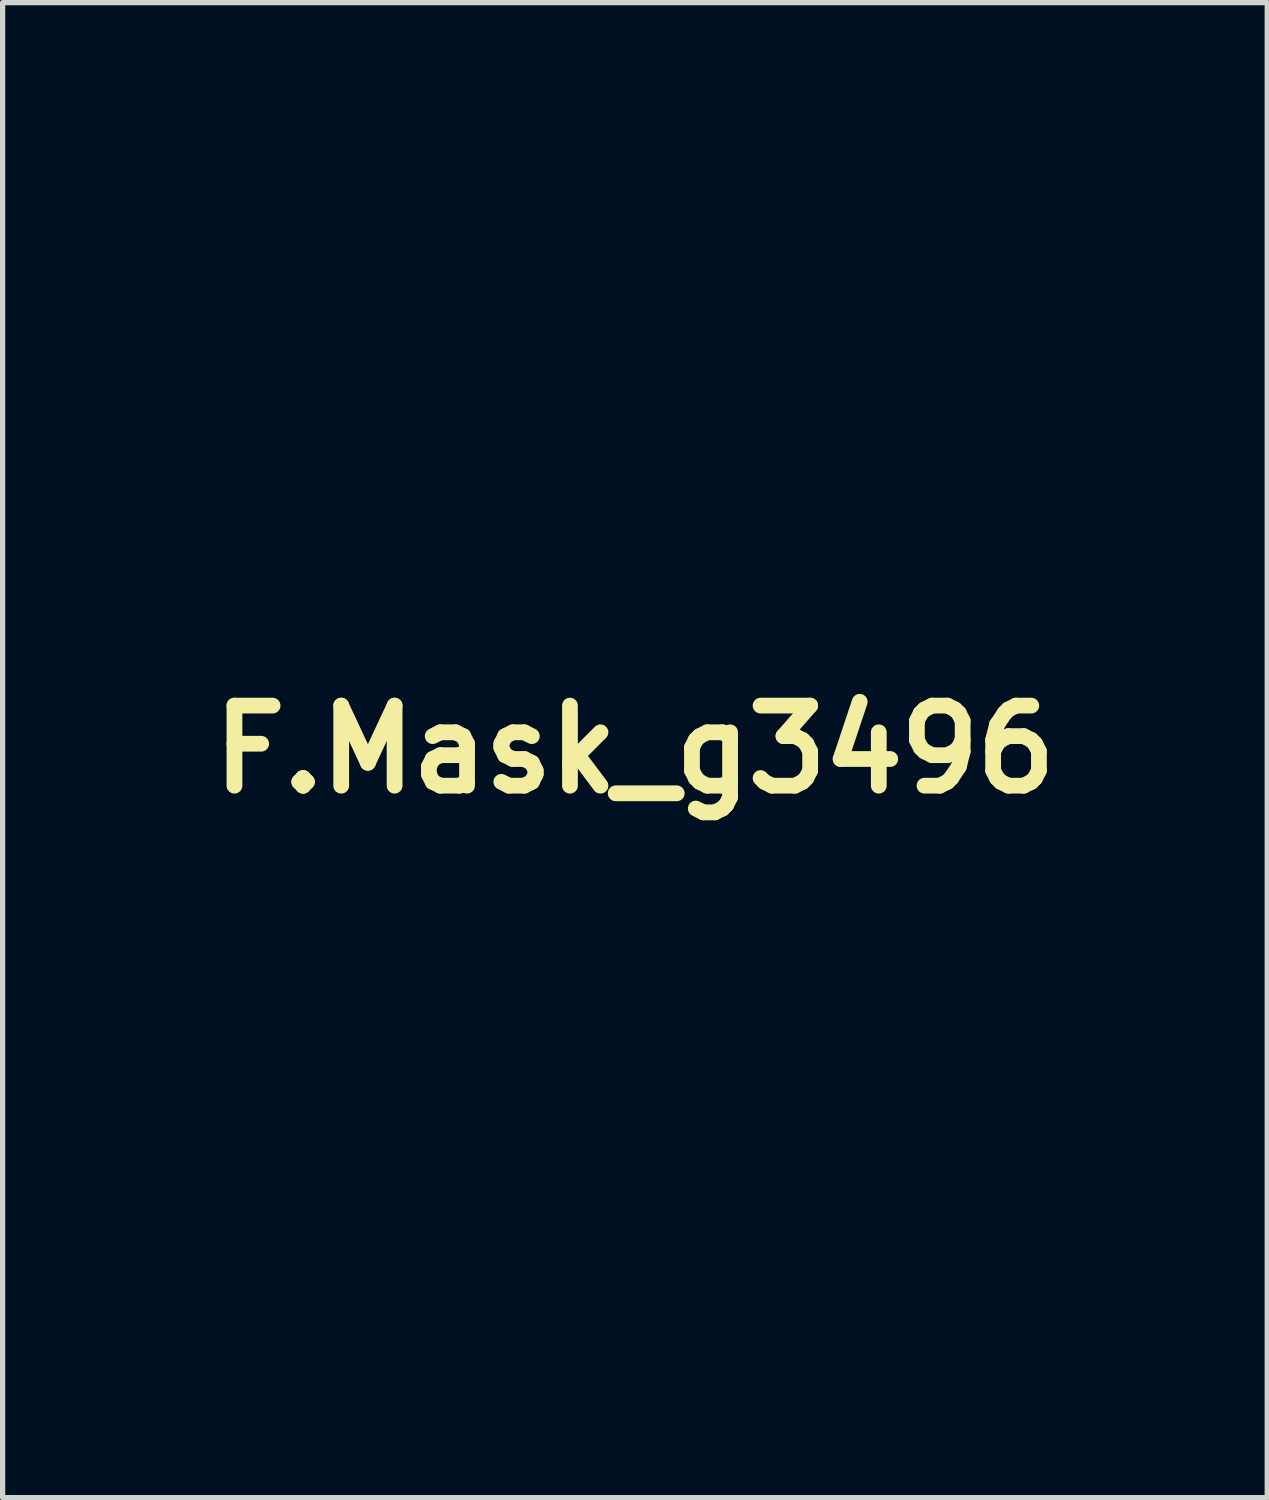
<source format=kicad_pcb>
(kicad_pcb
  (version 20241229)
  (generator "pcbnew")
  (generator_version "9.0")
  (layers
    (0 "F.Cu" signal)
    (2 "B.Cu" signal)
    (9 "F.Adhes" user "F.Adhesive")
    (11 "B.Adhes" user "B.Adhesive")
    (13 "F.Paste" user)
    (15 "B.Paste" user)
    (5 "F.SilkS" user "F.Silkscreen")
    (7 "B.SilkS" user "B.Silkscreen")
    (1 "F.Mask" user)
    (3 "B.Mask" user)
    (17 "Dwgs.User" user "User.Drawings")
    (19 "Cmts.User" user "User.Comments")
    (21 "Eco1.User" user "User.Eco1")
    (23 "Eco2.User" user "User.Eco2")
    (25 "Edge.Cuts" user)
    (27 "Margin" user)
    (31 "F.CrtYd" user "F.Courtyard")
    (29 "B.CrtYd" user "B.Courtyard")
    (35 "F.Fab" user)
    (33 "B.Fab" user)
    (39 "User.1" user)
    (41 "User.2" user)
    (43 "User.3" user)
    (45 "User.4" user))
  (footprint "F.Mask_g3496"
    (layer "F.Cu")
    (at 9.033 11.216)
    (property "Reference" "F.Mask_g3496" (at 0 0 0) (layer "F.SilkS") (effects (font (size 1.524 1.524) (thickness 0.3))))
    (attr through_hole)
    (fp_poly (pts (xy -0.189 5.918) (xy -0.039 5.949) (xy 0.123 6.003) (xy 0.305 6.08) (xy 0.38 6.115) (xy 0.833 6.308) (xy 1.315 6.472) (xy 1.824 6.606) (xy 2.357 6.71) (xy 2.914 6.782) (xy 3.334 6.816) (xy 3.58 6.831) (xy 3.789 6.848) (xy 3.967 6.868) (xy 4.12 6.89) (xy 4.254 6.916) (xy 4.373 6.946) (xy 4.484 6.982) (xy 4.515 6.993) (xy 4.716 7.088) (xy 4.886 7.209) (xy 5.022 7.356) (xy 5.124 7.525) (xy 5.183 7.652) (xy 4.672 8.181) (xy 4.458 8.402) (xy 4.245 8.62) (xy 4.037 8.831) (xy 3.837 9.033) (xy 3.647 9.224) (xy 3.469 9.4) (xy 3.308 9.559) (xy 3.164 9.698) (xy 3.042 9.815) (xy 2.943 9.907) (xy 2.87 9.971) (xy 2.868 9.973) (xy 2.588 10.197) (xy 2.322 10.391) (xy 2.06 10.56) (xy 1.794 10.71) (xy 1.645 10.786) (xy 1.25 10.955) (xy 0.84 11.085) (xy 0.42 11.176) (xy -0.008 11.226) (xy -0.439 11.236) (xy -0.756 11.217) (xy -1.174 11.155) (xy -1.587 11.053) (xy -1.99 10.913) (xy -2.381 10.736) (xy -2.757 10.523) (xy -3.115 10.278) (xy -3.452 10.001) (xy -3.767 9.694) (xy -4.055 9.36) (xy -4.314 8.999) (xy -4.354 8.936) (xy -4.447 8.779) (xy -4.546 8.597) (xy -4.643 8.405) (xy -4.731 8.216) (xy -4.791 8.074) (xy -4.828 7.976) (xy -4.866 7.864) (xy -4.904 7.745) (xy -4.94 7.627) (xy -4.97 7.518) (xy -4.994 7.425) (xy -5.008 7.356) (xy -5.01 7.318) (xy -5.01 7.316) (xy -4.984 7.295) (xy -4.931 7.278) (xy -4.902 7.272) (xy -4.835 7.26) (xy -4.733 7.237) (xy -4.602 7.207) (xy -4.449 7.17) (xy -4.279 7.127) (xy -4.099 7.081) (xy -3.914 7.033) (xy -3.731 6.985) (xy -3.556 6.937) (xy -3.395 6.893) (xy -3.323 6.872) (xy -3.051 6.792) (xy -2.813 6.72) (xy -2.601 6.651) (xy -2.406 6.584) (xy -2.22 6.516) (xy -2.037 6.443) (xy -1.847 6.363) (xy -1.746 6.319) (xy -1.509 6.217) (xy -1.305 6.133) (xy -1.126 6.066) (xy -0.97 6.013) (xy -0.83 5.973) (xy -0.701 5.944) (xy -0.664 5.937) (xy -0.492 5.913) (xy -0.337 5.906) (xy -0.189 5.918)) (stroke (width 0.01) (type solid)) (fill yes) (layer "F.Mask"))
    (fp_poly (pts (xy -6.168 -2.547) (xy -6.051 -2.397) (xy -5.918 -2.256) (xy -5.765 -2.119) (xy -5.587 -1.983) (xy -5.381 -1.847) (xy -5.142 -1.705) (xy -4.867 -1.556) (xy -4.837 -1.541) (xy -4.687 -1.462) (xy -4.552 -1.389) (xy -4.428 -1.318) (xy -4.309 -1.246) (xy -4.19 -1.169) (xy -4.067 -1.084) (xy -3.933 -0.987) (xy -3.785 -0.876) (xy -3.618 -0.747) (xy -3.426 -0.595) (xy -3.302 -0.497) (xy -3.076 -0.31) (xy -2.87 -0.121) (xy -2.664 0.087) (xy -2.646 0.106) (xy -2.537 0.221) (xy -2.407 0.356) (xy -2.267 0.501) (xy -2.127 0.645) (xy -1.995 0.779) (xy -1.961 0.814) (xy -1.799 0.981) (xy -1.665 1.127) (xy -1.556 1.256) (xy -1.467 1.374) (xy -1.393 1.487) (xy -1.332 1.6) (xy -1.289 1.694) (xy -1.192 1.958) (xy -1.127 2.225) (xy -1.093 2.504) (xy -1.087 2.803) (xy -1.097 2.989) (xy -1.107 3.126) (xy -1.114 3.27) (xy -1.12 3.405) (xy -1.122 3.518) (xy -1.122 3.535) (xy -1.128 3.796) (xy -1.146 4.035) (xy -1.175 4.248) (xy -1.215 4.43) (xy -1.264 4.576) (xy -1.283 4.619) (xy -1.341 4.721) (xy -1.404 4.802) (xy -1.478 4.867) (xy -1.57 4.919) (xy -1.686 4.961) (xy -1.833 4.996) (xy -2.003 5.027) (xy -2.185 5.059) (xy -2.353 5.091) (xy -2.516 5.125) (xy -2.68 5.164) (xy -2.851 5.209) (xy -3.037 5.262) (xy -3.245 5.325) (xy -3.481 5.399) (xy -3.644 5.451) (xy -3.846 5.515) (xy -4.022 5.568) (xy -4.18 5.611) (xy -4.327 5.646) (xy -4.47 5.672) (xy -4.617 5.692) (xy -4.775 5.706) (xy -4.95 5.715) (xy -5.151 5.721) (xy -5.384 5.725) (xy -5.482 5.726) (xy -5.667 5.727) (xy -5.851 5.727) (xy -6.028 5.726) (xy -6.189 5.723) (xy -6.326 5.72) (xy -6.432 5.716) (xy -6.466 5.715) (xy -6.845 5.674) (xy -7.194 5.603) (xy -7.517 5.501) (xy -7.814 5.368) (xy -8.086 5.202) (xy -8.335 5.004) (xy -8.361 4.981) (xy -8.467 4.874) (xy -8.558 4.763) (xy -8.636 4.643) (xy -8.701 4.508) (xy -8.757 4.356) (xy -8.804 4.18) (xy -8.844 3.975) (xy -8.879 3.738) (xy -8.911 3.471) (xy -8.928 3.318) (xy -8.947 3.155) (xy -8.968 2.996) (xy -8.987 2.856) (xy -8.999 2.773) (xy -9.028 2.495) (xy -9.028 2.205) (xy -9 1.901) (xy -8.942 1.578) (xy -8.854 1.232) (xy -8.753 0.913) (xy -8.638 0.593) (xy -8.518 0.299) (xy -8.387 0.02) (xy -8.243 -0.249) (xy -8.08 -0.516) (xy -7.894 -0.79) (xy -7.681 -1.079) (xy -7.557 -1.238) (xy -7.476 -1.342) (xy -7.382 -1.467) (xy -7.284 -1.599) (xy -7.191 -1.726) (xy -7.163 -1.765) (xy -6.978 -2.014) (xy -6.806 -2.225) (xy -6.646 -2.398) (xy -6.497 -2.534) (xy -6.358 -2.636) (xy -6.333 -2.651) (xy -6.269 -2.688) (xy -6.168 -2.547)) (stroke (width 0.01) (type solid)) (fill yes) (layer "F.Mask"))
    (fp_poly (pts (xy -0.881 -11.177) (xy -0.563 -11.107) (xy -0.252 -10.999) (xy -0.077 -10.92) (xy 0.033 -10.863) (xy 0.135 -10.805) (xy 0.233 -10.742) (xy 0.329 -10.672) (xy 0.429 -10.591) (xy 0.535 -10.496) (xy 0.65 -10.383) (xy 0.778 -10.251) (xy 0.922 -10.095) (xy 1.086 -9.913) (xy 1.274 -9.702) (xy 1.281 -9.694) (xy 1.508 -9.439) (xy 1.713 -9.215) (xy 1.899 -9.019) (xy 2.07 -8.849) (xy 2.228 -8.702) (xy 2.376 -8.575) (xy 2.518 -8.465) (xy 2.656 -8.37) (xy 2.794 -8.287) (xy 2.932 -8.213) (xy 3.199 -8.1) (xy 3.475 -8.021) (xy 3.752 -7.977) (xy 4.022 -7.971) (xy 4.102 -7.976) (xy 4.278 -7.992) (xy 4.483 -7.826) (xy 4.586 -7.742) (xy 4.705 -7.646) (xy 4.825 -7.549) (xy 4.911 -7.48) (xy 5.056 -7.37) (xy 5.204 -7.274) (xy 5.346 -7.195) (xy 5.474 -7.137) (xy 5.583 -7.105) (xy 5.603 -7.102) (xy 5.678 -7.085) (xy 5.768 -7.056) (xy 5.831 -7.029) (xy 5.91 -6.994) (xy 5.986 -6.966) (xy 6.032 -6.952) (xy 6.077 -6.934) (xy 6.147 -6.895) (xy 6.236 -6.84) (xy 6.335 -6.773) (xy 6.367 -6.75) (xy 6.537 -6.633) (xy 6.684 -6.542) (xy 6.815 -6.473) (xy 6.939 -6.424) (xy 7.062 -6.389) (xy 7.112 -6.379) (xy 7.188 -6.364) (xy 7.295 -6.341) (xy 7.425 -6.311) (xy 7.568 -6.277) (xy 7.714 -6.242) (xy 7.747 -6.234) (xy 7.916 -6.192) (xy 8.051 -6.16) (xy 8.158 -6.135) (xy 8.244 -6.117) (xy 8.315 -6.105) (xy 8.378 -6.098) (xy 8.44 -6.094) (xy 8.506 -6.093) (xy 8.584 -6.093) (xy 8.588 -6.093) (xy 8.678 -6.092) (xy 8.75 -6.091) (xy 8.795 -6.089) (xy 8.805 -6.086) (xy 8.797 -6.066) (xy 8.772 -6.013) (xy 8.735 -5.932) (xy 8.687 -5.83) (xy 8.631 -5.71) (xy 8.591 -5.627) (xy 8.452 -5.327) (xy 8.332 -5.057) (xy 8.231 -4.814) (xy 8.147 -4.593) (xy 8.078 -4.387) (xy 8.023 -4.194) (xy 7.98 -4.007) (xy 7.947 -3.821) (xy 7.924 -3.632) (xy 7.915 -3.535) (xy 7.89 -3.27) (xy 7.856 -2.966) (xy 7.813 -2.626) (xy 7.762 -2.253) (xy 7.754 -2.201) (xy 7.734 -2.052) (xy 7.719 -1.921) (xy 7.708 -1.797) (xy 7.701 -1.667) (xy 7.698 -1.52) (xy 7.696 -1.343) (xy 7.696 -1.333) (xy 7.697 -1.139) (xy 7.702 -0.977) (xy 7.713 -0.84) (xy 7.732 -0.717) (xy 7.76 -0.601) (xy 7.801 -0.481) (xy 7.855 -0.349) (xy 7.924 -0.196) (xy 7.941 -0.161) (xy 8.052 0.088) (xy 8.149 0.335) (xy 8.232 0.585) (xy 8.304 0.843) (xy 8.365 1.115) (xy 8.415 1.405) (xy 8.457 1.719) (xy 8.491 2.063) (xy 8.518 2.44) (xy 8.53 2.635) (xy 8.537 2.773) (xy 8.546 2.892) (xy 8.558 2.999) (xy 8.574 3.101) (xy 8.595 3.204) (xy 8.623 3.316) (xy 8.66 3.443) (xy 8.707 3.593) (xy 8.765 3.771) (xy 8.803 3.884) (xy 8.852 4.036) (xy 8.899 4.185) (xy 8.94 4.324) (xy 8.973 4.445) (xy 8.997 4.539) (xy 9.005 4.58) (xy 9.034 4.818) (xy 9.03 5.035) (xy 8.994 5.239) (xy 8.925 5.439) (xy 8.892 5.511) (xy 8.768 5.723) (xy 8.619 5.9) (xy 8.445 6.044) (xy 8.246 6.152) (xy 8.069 6.215) (xy 7.983 6.232) (xy 7.866 6.244) (xy 7.73 6.253) (xy 7.587 6.257) (xy 7.448 6.255) (xy 7.325 6.249) (xy 7.271 6.243) (xy 7.201 6.233) (xy 7.099 6.218) (xy 6.976 6.199) (xy 6.842 6.178) (xy 6.731 6.161) (xy 6.569 6.135) (xy 6.438 6.115) (xy 6.327 6.1) (xy 6.226 6.088) (xy 6.123 6.077) (xy 6.007 6.068) (xy 5.869 6.058) (xy 5.79 6.053) (xy 5.658 6.043) (xy 5.534 6.032) (xy 5.414 6.019) (xy 5.29 6.003) (xy 5.156 5.982) (xy 5.008 5.956) (xy 4.838 5.924) (xy 4.641 5.885) (xy 4.41 5.837) (xy 4.327 5.82) (xy 4.097 5.772) (xy 3.903 5.733) (xy 3.737 5.7) (xy 3.592 5.672) (xy 3.463 5.65) (xy 3.342 5.63) (xy 3.224 5.613) (xy 3.101 5.598) (xy 2.967 5.583) (xy 2.826 5.567) (xy 2.652 5.548) (xy 2.486 5.528) (xy 2.321 5.505) (xy 2.154 5.48) (xy 1.98 5.451) (xy 1.792 5.418) (xy 1.587 5.378) (xy 1.358 5.333) (xy 1.102 5.28) (xy 0.813 5.219) (xy 0.603 5.174) (xy 0.443 5.139) (xy 0.293 5.107) (xy 0.161 5.078) (xy 0.05 5.055) (xy -0.032 5.037) (xy -0.08 5.027) (xy -0.088 5.025) (xy -0.114 5.017) (xy -0.133 5.001) (xy -0.15 4.968) (xy -0.168 4.911) (xy -0.19 4.823) (xy -0.198 4.788) (xy -0.234 4.629) (xy -0.266 4.467) (xy -0.297 4.296) (xy -0.326 4.112) (xy -0.355 3.908) (xy -0.383 3.679) (xy -0.413 3.421) (xy -0.444 3.127) (xy -0.455 3.027) (xy -0.472 2.862) (xy -0.49 2.691) (xy -0.508 2.526) (xy -0.524 2.377) (xy -0.538 2.255) (xy -0.542 2.217) (xy -0.556 2.088) (xy -0.564 1.992) (xy -0.565 1.916) (xy -0.56 1.852) (xy -0.551 1.793) (xy -0.519 1.67) (xy -0.471 1.551) (xy -0.404 1.432) (xy -0.314 1.309) (xy -0.198 1.177) (xy -0.053 1.031) (xy 0.124 0.868) (xy 0.141 0.854) (xy 0.296 0.715) (xy 0.424 0.597) (xy 0.529 0.497) (xy 0.616 0.407) (xy 0.691 0.323) (xy 0.759 0.241) (xy 0.814 0.169) (xy 0.883 0.081) (xy 0.96 -0.003) (xy 1.049 -0.088) (xy 1.155 -0.178) (xy 1.282 -0.276) (xy 1.435 -0.385) (xy 1.618 -0.511) (xy 1.695 -0.562) (xy 1.89 -0.694) (xy 2.054 -0.811) (xy 2.192 -0.917) (xy 2.308 -1.016) (xy 2.409 -1.113) (xy 2.499 -1.212) (xy 2.585 -1.319) (xy 2.603 -1.344) (xy 2.663 -1.422) (xy 2.723 -1.493) (xy 2.787 -1.561) (xy 2.86 -1.63) (xy 2.949 -1.706) (xy 3.058 -1.792) (xy 3.192 -1.895) (xy 3.323 -1.993) (xy 3.434 -2.077) (xy 3.541 -2.161) (xy 3.635 -2.239) (xy 3.71 -2.304) (xy 3.753 -2.347) (xy 3.857 -2.481) (xy 3.927 -2.622) (xy 3.96 -2.761) (xy 3.963 -2.802) (xy 3.959 -2.869) (xy 3.948 -2.942) (xy 3.934 -3.007) (xy 3.918 -3.054) (xy 3.904 -3.069) (xy 3.883 -3.06) (xy 3.835 -3.035) (xy 3.77 -3) (xy 3.763 -2.997) (xy 3.704 -2.967) (xy 3.614 -2.925) (xy 3.501 -2.873) (xy 3.371 -2.816) (xy 3.234 -2.756) (xy 3.175 -2.731) (xy 2.959 -2.637) (xy 2.77 -2.551) (xy 2.603 -2.467) (xy 2.453 -2.383) (xy 2.316 -2.296) (xy 2.188 -2.2) (xy 2.063 -2.093) (xy 1.937 -1.97) (xy 1.807 -1.829) (xy 1.666 -1.665) (xy 1.512 -1.475) (xy 1.338 -1.255) (xy 1.292 -1.196) (xy 1.107 -0.961) (xy 0.917 -0.723) (xy 0.723 -0.486) (xy 0.531 -0.254) (xy 0.342 -0.031) (xy 0.162 0.179) (xy -0.007 0.371) (xy -0.162 0.542) (xy -0.298 0.688) (xy -0.413 0.804) (xy -0.419 0.81) (xy -0.535 0.914) (xy -0.644 0.991) (xy -0.746 1.038) (xy -0.846 1.055) (xy -0.948 1.041) (xy -1.053 0.995) (xy -1.165 0.915) (xy -1.288 0.802) (xy -1.424 0.653) (xy -1.577 0.469) (xy -1.599 0.442) (xy -1.693 0.326) (xy -1.801 0.199) (xy -1.911 0.074) (xy -2.01 -0.033) (xy -2.02 -0.044) (xy -2.092 -0.122) (xy -2.184 -0.227) (xy -2.29 -0.35) (xy -2.403 -0.485) (xy -2.517 -0.624) (xy -2.613 -0.742) (xy -2.842 -1.021) (xy -3.065 -1.275) (xy -3.289 -1.511) (xy -3.519 -1.733) (xy -3.761 -1.947) (xy -4.021 -2.157) (xy -4.305 -2.369) (xy -4.617 -2.588) (xy -4.874 -2.76) (xy -5.121 -2.928) (xy -5.331 -3.083) (xy -5.507 -3.228) (xy -5.652 -3.365) (xy -5.767 -3.497) (xy -5.855 -3.628) (xy -5.919 -3.759) (xy -5.961 -3.894) (xy -5.972 -3.952) (xy -5.983 -4.065) (xy -5.976 -4.179) (xy -5.947 -4.302) (xy -5.896 -4.444) (xy -5.833 -4.585) (xy -5.754 -4.742) (xy -5.669 -4.891) (xy -5.573 -5.039) (xy -5.462 -5.191) (xy -5.332 -5.353) (xy -5.179 -5.529) (xy -4.999 -5.727) (xy -4.97 -5.758) (xy -4.854 -5.88) (xy -4.739 -5.995) (xy -4.621 -6.108) (xy -4.493 -6.224) (xy -4.351 -6.347) (xy -4.188 -6.484) (xy -3.999 -6.637) (xy -3.897 -6.72) (xy -3.776 -6.819) (xy -3.656 -6.92) (xy -3.543 -7.02) (xy -3.442 -7.113) (xy -3.357 -7.194) (xy -3.295 -7.26) (xy -3.259 -7.304) (xy -3.256 -7.309) (xy -3.247 -7.33) (xy -3.253 -7.342) (xy -3.282 -7.344) (xy -3.342 -7.34) (xy -3.383 -7.336) (xy -3.544 -7.313) (xy -3.706 -7.273) (xy -3.872 -7.214) (xy -4.045 -7.136) (xy -4.23 -7.035) (xy -4.429 -6.911) (xy -4.646 -6.76) (xy -4.886 -6.582) (xy -5.107 -6.408) (xy -5.206 -6.33) (xy -5.293 -6.263) (xy -5.363 -6.211) (xy -5.412 -6.178) (xy -5.433 -6.167) (xy -5.433 -6.167) (xy -5.435 -6.193) (xy -5.426 -6.254) (xy -5.408 -6.343) (xy -5.383 -6.455) (xy -5.352 -6.584) (xy -5.317 -6.722) (xy -5.278 -6.865) (xy -5.258 -6.937) (xy -5.091 -7.443) (xy -4.883 -7.95) (xy -4.632 -8.458) (xy -4.339 -8.967) (xy -4.151 -9.26) (xy -4.039 -9.426) (xy -3.918 -9.598) (xy -3.791 -9.772) (xy -3.664 -9.941) (xy -3.541 -10.1) (xy -3.426 -10.243) (xy -3.325 -10.363) (xy -3.241 -10.455) (xy -3.226 -10.47) (xy -2.989 -10.677) (xy -2.728 -10.851) (xy -2.447 -10.992) (xy -2.15 -11.099) (xy -1.841 -11.171) (xy -1.524 -11.209) (xy -1.203 -11.211) (xy -0.881 -11.177)) (stroke (width 0.01) (type solid)) (fill yes) (layer "F.Mask")))
  (gr_rect
    (start -3 -3)
    (end 21.072 25.457)
    (stroke (width 0.1) (type default))
    (fill no)
    (layer "Edge.Cuts")))
</source>
